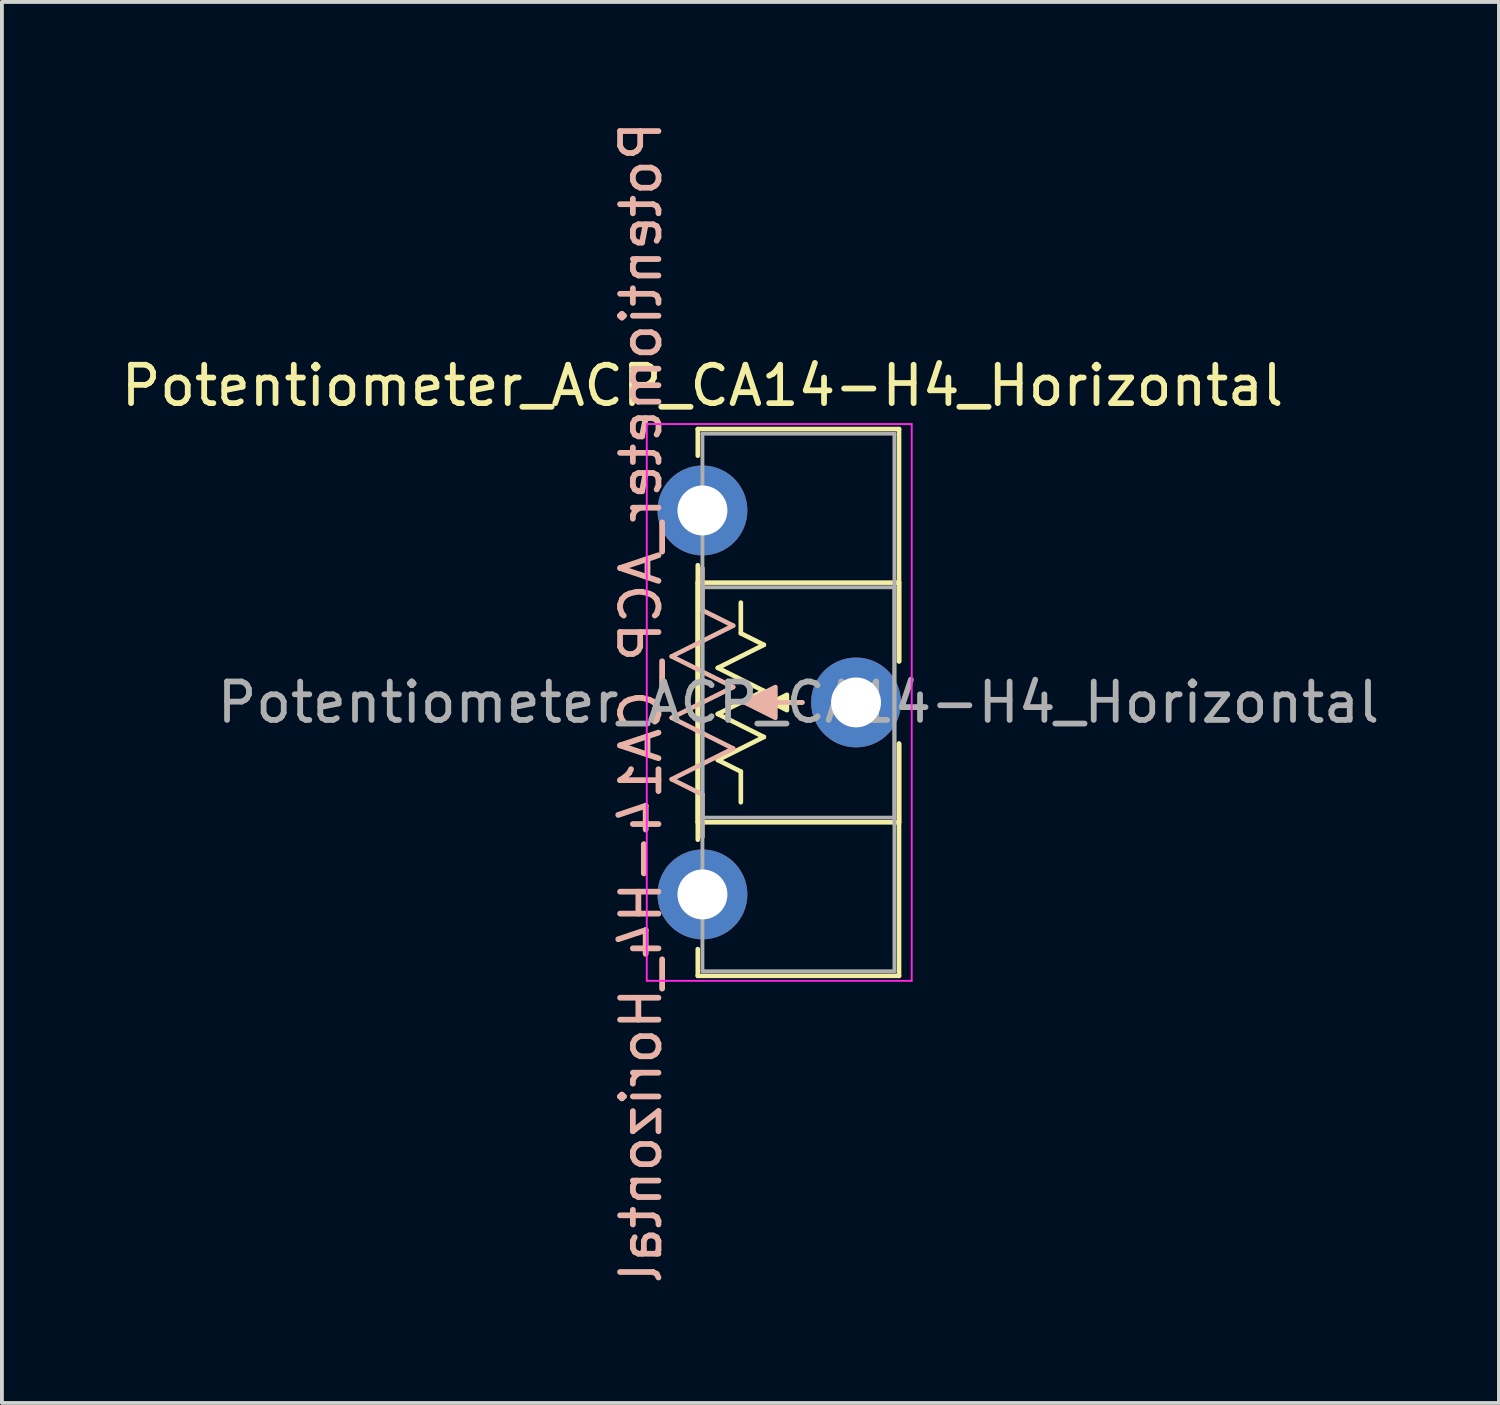
<source format=kicad_pcb>
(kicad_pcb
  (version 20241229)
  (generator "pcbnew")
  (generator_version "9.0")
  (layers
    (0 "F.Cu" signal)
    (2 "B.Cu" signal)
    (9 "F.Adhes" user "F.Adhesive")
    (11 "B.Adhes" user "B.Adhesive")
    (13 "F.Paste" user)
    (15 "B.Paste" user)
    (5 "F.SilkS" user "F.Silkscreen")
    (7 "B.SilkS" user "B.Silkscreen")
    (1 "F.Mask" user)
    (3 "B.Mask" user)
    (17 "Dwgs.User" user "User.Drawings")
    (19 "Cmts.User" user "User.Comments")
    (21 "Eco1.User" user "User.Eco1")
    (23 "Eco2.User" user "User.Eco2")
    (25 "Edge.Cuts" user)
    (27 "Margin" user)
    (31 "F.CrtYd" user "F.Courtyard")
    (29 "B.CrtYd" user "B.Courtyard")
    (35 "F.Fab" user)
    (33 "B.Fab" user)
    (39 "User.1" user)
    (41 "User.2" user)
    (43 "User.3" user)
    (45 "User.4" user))
  (footprint "Potentiometer_ACP_CA14-H4_Horizontal"
    (layer "F.Cu")
    (at 15.244 10.244)
    (property "Reference" "Potentiometer_ACP_CA14-H4_Horizontal" (at 0 -3.25 0) (layer "F.SilkS") (effects (font (size 1 1) (thickness 0.15))))
    (attr through_hole)
    (fp_line (start -0.121 -2.12) (end -0.121 -1.426) (stroke (width 0.12) (type solid)) (layer "F.SilkS"))
    (fp_line (start -0.121 -2.12) (end 5.12 -2.12) (stroke (width 0.12) (type solid)) (layer "F.SilkS"))
    (fp_line (start -0.121 1.426) (end -0.121 8.575) (stroke (width 0.12) (type solid)) (layer "F.SilkS"))
    (fp_line (start -0.121 1.88) (end -0.121 8.121) (stroke (width 0.12) (type solid)) (layer "F.SilkS"))
    (fp_line (start -0.121 1.88) (end 5.12 1.88) (stroke (width 0.12) (type solid)) (layer "F.SilkS"))
    (fp_line (start -0.121 8.121) (end 5.12 8.121) (stroke (width 0.12) (type solid)) (layer "F.SilkS"))
    (fp_line (start -0.121 11.425) (end -0.121 12.12) (stroke (width 0.12) (type solid)) (layer "F.SilkS"))
    (fp_line (start -0.121 12.12) (end 5.12 12.12) (stroke (width 0.12) (type solid)) (layer "F.SilkS"))
    (fp_line (start 0.4 4.1) (end 1.6 4.7) (stroke (width 0.12) (type solid)) (layer "F.SilkS"))
    (fp_line (start 0.4 5.3) (end 1.6 5.9) (stroke (width 0.12) (type solid)) (layer "F.SilkS"))
    (fp_line (start 0.4 6.5) (end 1 6.8) (stroke (width 0.12) (type solid)) (layer "F.SilkS"))
    (fp_line (start 1 3.2) (end 1 2.4) (stroke (width 0.12) (type solid)) (layer "F.SilkS"))
    (fp_line (start 1 3.2) (end 1.6 3.5) (stroke (width 0.12) (type solid)) (layer "F.SilkS"))
    (fp_line (start 1 6.8) (end 1 7.6) (stroke (width 0.12) (type solid)) (layer "F.SilkS"))
    (fp_line (start 1.6 3.5) (end 0.4 4.1) (stroke (width 0.12) (type solid)) (layer "F.SilkS"))
    (fp_line (start 1.6 4.7) (end 0.4 5.3) (stroke (width 0.12) (type solid)) (layer "F.SilkS"))
    (fp_line (start 1.6 5.9) (end 0.4 6.5) (stroke (width 0.12) (type solid)) (layer "F.SilkS"))
    (fp_line (start 2.6 5) (end 1.8 5) (stroke (width 0.12) (type solid)) (layer "F.SilkS"))
    (fp_line (start 5.12 -2.12) (end 5.12 3.928) (stroke (width 0.12) (type solid)) (layer "F.SilkS"))
    (fp_line (start 5.12 1.88) (end 5.12 3.928) (stroke (width 0.12) (type solid)) (layer "F.SilkS"))
    (fp_line (start 5.12 6.073) (end 5.12 8.121) (stroke (width 0.12) (type solid)) (layer "F.SilkS"))
    (fp_line (start 5.12 6.073) (end 5.12 12.12) (stroke (width 0.12) (type solid)) (layer "F.SilkS"))
    (fp_poly (pts (xy 2.2 5.2) (xy 1.8 5) (xy 2.2 4.8)) (stroke (width 0.12) (type solid)) (fill yes) (layer "F.SilkS"))
    (fp_line (start -0.8 3.8) (end 0 3.4) (stroke (width 0.12) (type solid)) (layer "B.SilkS"))
    (fp_line (start -0.8 5.4) (end 0 5) (stroke (width 0.12) (type solid)) (layer "B.SilkS"))
    (fp_line (start -0.8 7) (end 0 6.6) (stroke (width 0.12) (type solid)) (layer "B.SilkS"))
    (fp_line (start 0 1.5) (end 0 2.6) (stroke (width 0.12) (type solid)) (layer "B.SilkS"))
    (fp_line (start 0 2.6) (end 0.8 3) (stroke (width 0.12) (type solid)) (layer "B.SilkS"))
    (fp_line (start 0 4.2) (end -0.8 3.8) (stroke (width 0.12) (type solid)) (layer "B.SilkS"))
    (fp_line (start 0 4.2) (end 0.8 4.6) (stroke (width 0.12) (type solid)) (layer "B.SilkS"))
    (fp_line (start 0 5.8) (end -0.8 5.4) (stroke (width 0.12) (type solid)) (layer "B.SilkS"))
    (fp_line (start 0 5.8) (end 0.8 6.2) (stroke (width 0.12) (type solid)) (layer "B.SilkS"))
    (fp_line (start 0 7.4) (end -0.8 7) (stroke (width 0.12) (type solid)) (layer "B.SilkS"))
    (fp_line (start 0 7.4) (end 0 8.5) (stroke (width 0.12) (type solid)) (layer "B.SilkS"))
    (fp_line (start 0.8 3) (end 0 3.4) (stroke (width 0.12) (type solid)) (layer "B.SilkS"))
    (fp_line (start 0.8 4.6) (end 0 5) (stroke (width 0.12) (type solid)) (layer "B.SilkS"))
    (fp_line (start 0.8 6.2) (end 0 6.6) (stroke (width 0.12) (type solid)) (layer "B.SilkS"))
    (fp_line (start 2.6 5) (end 1.1 5) (stroke (width 0.12) (type solid)) (layer "B.SilkS"))
    (fp_poly (pts (xy 1.9 5.4) (xy 1.1 5) (xy 1.9 4.6)) (stroke (width 0.12) (type solid)) (fill yes) (layer "B.SilkS"))
    (fp_line (start -1.45 -2.25) (end -1.45 12.25) (stroke (width 0.05) (type solid)) (layer "F.CrtYd"))
    (fp_line (start -1.45 12.25) (end 5.45 12.25) (stroke (width 0.05) (type solid)) (layer "F.CrtYd"))
    (fp_line (start 5.45 -2.25) (end -1.45 -2.25) (stroke (width 0.05) (type solid)) (layer "F.CrtYd"))
    (fp_line (start 5.45 12.25) (end 5.45 -2.25) (stroke (width 0.05) (type solid)) (layer "F.CrtYd"))
    (fp_line (start 0 -2) (end 5 -2) (stroke (width 0.1) (type solid)) (layer "F.Fab"))
    (fp_line (start 0 2) (end 0 8) (stroke (width 0.1) (type solid)) (layer "F.Fab"))
    (fp_line (start 0 8) (end 5 8) (stroke (width 0.1) (type solid)) (layer "F.Fab"))
    (fp_line (start 0 12) (end 0 -2) (stroke (width 0.1) (type solid)) (layer "F.Fab"))
    (fp_line (start 5 -2) (end 5 12) (stroke (width 0.1) (type solid)) (layer "F.Fab"))
    (fp_line (start 5 2) (end 0 2) (stroke (width 0.1) (type solid)) (layer "F.Fab"))
    (fp_line (start 5 8) (end 5 2) (stroke (width 0.1) (type solid)) (layer "F.Fab"))
    (fp_line (start 5 12) (end 0 12) (stroke (width 0.1) (type solid)) (layer "F.Fab"))
    (fp_text user "${REFERENCE}" (at -1.6 5 90) (unlocked yes) (layer "B.SilkS") (effects (font (size 1 1) (thickness 0.15)) (justify mirror)))
    (fp_text user "${REFERENCE}" (at 2.5 5 0) (layer "F.Fab") (effects (font (size 1 1) (thickness 0.15))))
    (pad "1" thru_hole circle (at 0 0) (size 2.34 2.34) (drill 1.3) (layers "*.Cu" "*.Mask"))
    (pad "2" thru_hole circle (at 4 5) (size 2.34 2.34) (drill 1.3) (layers "*.Cu" "*.Mask"))
    (pad "3" thru_hole circle (at 0 10) (size 2.34 2.34) (drill 1.3) (layers "*.Cu" "*.Mask")))
  (gr_rect
    (start -3 -3)
    (end 35.988 33.488)
    (stroke (width 0.1) (type default))
    (fill no)
    (layer "Edge.Cuts")))
</source>
